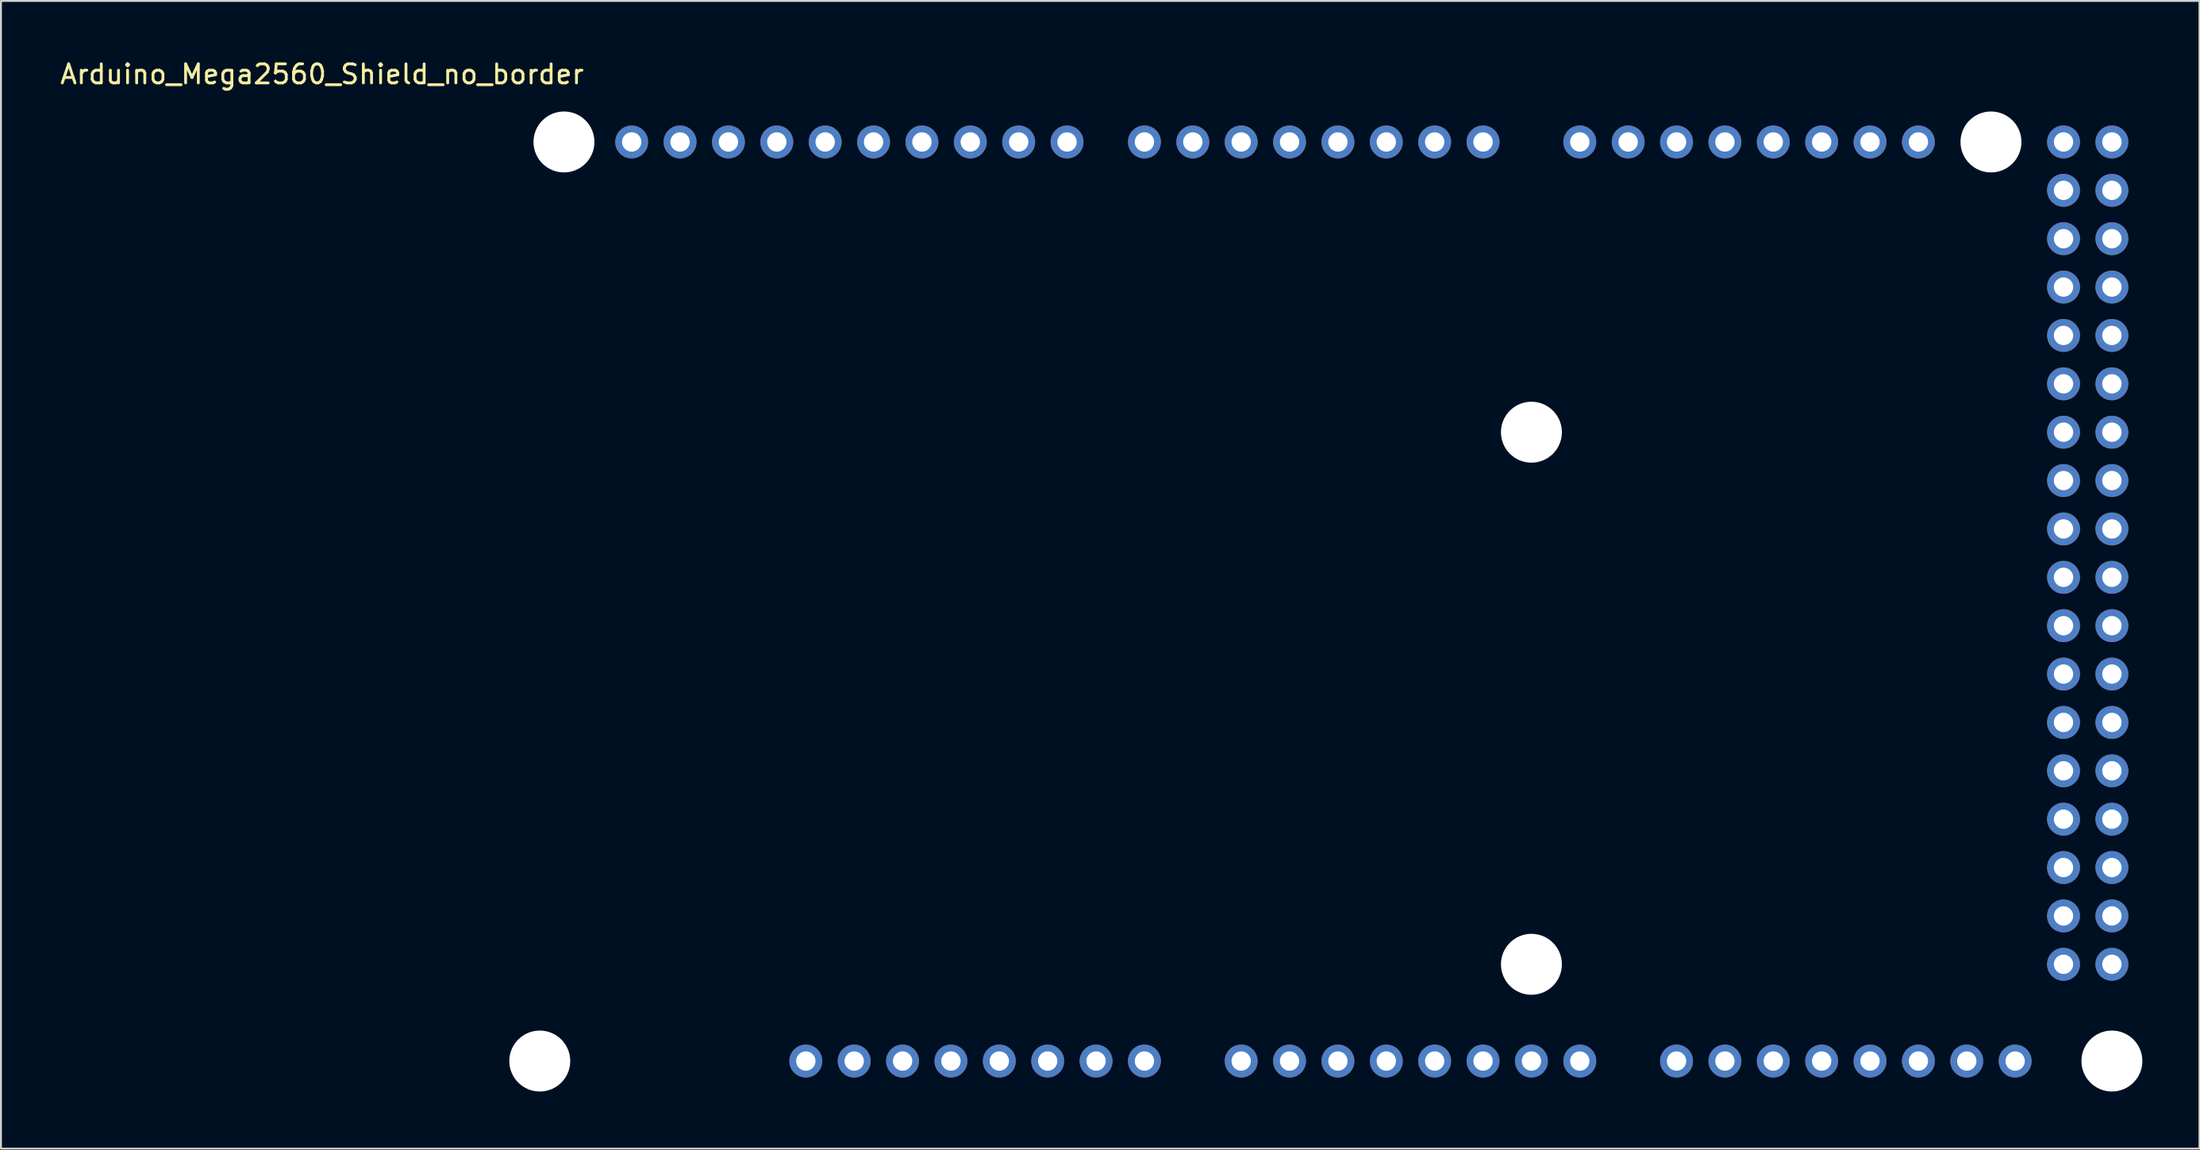
<source format=kicad_pcb>
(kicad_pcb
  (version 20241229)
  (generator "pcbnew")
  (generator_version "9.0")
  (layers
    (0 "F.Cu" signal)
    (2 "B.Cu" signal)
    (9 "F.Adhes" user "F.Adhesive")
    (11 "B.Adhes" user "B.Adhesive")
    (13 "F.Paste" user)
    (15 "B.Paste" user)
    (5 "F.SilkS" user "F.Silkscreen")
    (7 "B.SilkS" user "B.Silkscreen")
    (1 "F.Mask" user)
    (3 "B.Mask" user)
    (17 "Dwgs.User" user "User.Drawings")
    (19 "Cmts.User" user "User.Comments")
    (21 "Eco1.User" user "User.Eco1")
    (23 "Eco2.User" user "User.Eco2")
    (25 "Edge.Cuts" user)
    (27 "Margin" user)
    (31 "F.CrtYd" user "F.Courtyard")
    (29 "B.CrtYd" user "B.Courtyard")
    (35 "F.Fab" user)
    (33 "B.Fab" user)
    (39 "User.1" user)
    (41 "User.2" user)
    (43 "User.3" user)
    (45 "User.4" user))
  (footprint "Arduino_Mega2560_Shield_no_border"
    (layer "F.Cu")
    (at 11.323 1.864)
    (property "Reference" "Arduino_Mega2560_Shield_no_border" (at 2.54 -1.016 0) (layer "F.SilkS") (effects (font (size 1 1) (thickness 0.15))))
    (attr through_hole)
    (pad "" np_thru_hole circle (at 13.97 50.8) (size 3.2 3.2) (drill 3.2) (layers "*.Cu" "*.Mask"))
    (pad "" np_thru_hole circle (at 15.24 2.54) (size 3.2 3.2) (drill 3.2) (layers "*.Cu" "*.Mask"))
    (pad "" thru_hole oval (at 27.94 50.8) (size 1.727 1.727) (drill 1.016) (layers "*.Cu" "*.Mask"))
    (pad "" np_thru_hole circle (at 66.04 17.78) (size 3.2 3.2) (drill 3.2) (layers "*.Cu" "*.Mask"))
    (pad "" np_thru_hole circle (at 66.04 45.72) (size 3.2 3.2) (drill 3.2) (layers "*.Cu" "*.Mask"))
    (pad "" np_thru_hole circle (at 90.17 2.54) (size 3.2 3.2) (drill 3.2) (layers "*.Cu" "*.Mask"))
    (pad "" np_thru_hole circle (at 96.52 50.8) (size 3.2 3.2) (drill 3.2) (layers "*.Cu" "*.Mask"))
    (pad "3V3" thru_hole oval (at 35.56 50.8) (size 1.727 1.727) (drill 1.016) (layers "*.Cu" "*.Mask"))
    (pad "5V1" thru_hole oval (at 38.1 50.8) (size 1.727 1.727) (drill 1.016) (layers "*.Cu" "*.Mask"))
    (pad "5V3" thru_hole oval (at 93.98 2.54) (size 1.727 1.727) (drill 1.016) (layers "*.Cu" "*.Mask"))
    (pad "5V4" thru_hole oval (at 96.52 2.54) (size 1.727 1.727) (drill 1.016) (layers "*.Cu" "*.Mask"))
    (pad "A0" thru_hole oval (at 50.8 50.8) (size 1.727 1.727) (drill 1.016) (layers "*.Cu" "*.Mask"))
    (pad "A1" thru_hole oval (at 53.34 50.8) (size 1.727 1.727) (drill 1.016) (layers "*.Cu" "*.Mask"))
    (pad "A2" thru_hole oval (at 55.88 50.8) (size 1.727 1.727) (drill 1.016) (layers "*.Cu" "*.Mask"))
    (pad "A3" thru_hole oval (at 58.42 50.8) (size 1.727 1.727) (drill 1.016) (layers "*.Cu" "*.Mask"))
    (pad "A4" thru_hole oval (at 60.96 50.8) (size 1.727 1.727) (drill 1.016) (layers "*.Cu" "*.Mask"))
    (pad "A5" thru_hole oval (at 63.5 50.8) (size 1.727 1.727) (drill 1.016) (layers "*.Cu" "*.Mask"))
    (pad "A6" thru_hole oval (at 66.04 50.8) (size 1.727 1.727) (drill 1.016) (layers "*.Cu" "*.Mask"))
    (pad "A7" thru_hole oval (at 68.58 50.8) (size 1.727 1.727) (drill 1.016) (layers "*.Cu" "*.Mask"))
    (pad "A8" thru_hole oval (at 73.66 50.8) (size 1.727 1.727) (drill 1.016) (layers "*.Cu" "*.Mask"))
    (pad "A9" thru_hole oval (at 76.2 50.8) (size 1.727 1.727) (drill 1.016) (layers "*.Cu" "*.Mask"))
    (pad "A10" thru_hole oval (at 78.74 50.8) (size 1.727 1.727) (drill 1.016) (layers "*.Cu" "*.Mask"))
    (pad "A11" thru_hole oval (at 81.28 50.8) (size 1.727 1.727) (drill 1.016) (layers "*.Cu" "*.Mask"))
    (pad "A12" thru_hole oval (at 83.82 50.8) (size 1.727 1.727) (drill 1.016) (layers "*.Cu" "*.Mask"))
    (pad "A13" thru_hole oval (at 86.36 50.8) (size 1.727 1.727) (drill 1.016) (layers "*.Cu" "*.Mask"))
    (pad "A14" thru_hole oval (at 88.9 50.8) (size 1.727 1.727) (drill 1.016) (layers "*.Cu" "*.Mask"))
    (pad "A15" thru_hole oval (at 91.44 50.8) (size 1.727 1.727) (drill 1.016) (layers "*.Cu" "*.Mask"))
    (pad "AREF" thru_hole oval (at 23.876 2.54) (size 1.727 1.727) (drill 1.016) (layers "*.Cu" "*.Mask"))
    (pad "D0" thru_hole oval (at 63.5 2.54) (size 1.727 1.727) (drill 1.016) (layers "*.Cu" "*.Mask"))
    (pad "D1" thru_hole oval (at 60.96 2.54) (size 1.727 1.727) (drill 1.016) (layers "*.Cu" "*.Mask"))
    (pad "D2" thru_hole oval (at 58.42 2.54) (size 1.727 1.727) (drill 1.016) (layers "*.Cu" "*.Mask"))
    (pad "D3" thru_hole oval (at 55.88 2.54) (size 1.727 1.727) (drill 1.016) (layers "*.Cu" "*.Mask"))
    (pad "D4" thru_hole oval (at 53.34 2.54) (size 1.727 1.727) (drill 1.016) (layers "*.Cu" "*.Mask"))
    (pad "D5" thru_hole oval (at 50.8 2.54) (size 1.727 1.727) (drill 1.016) (layers "*.Cu" "*.Mask"))
    (pad "D6" thru_hole oval (at 48.26 2.54) (size 1.727 1.727) (drill 1.016) (layers "*.Cu" "*.Mask"))
    (pad "D7" thru_hole oval (at 45.72 2.54) (size 1.727 1.727) (drill 1.016) (layers "*.Cu" "*.Mask"))
    (pad "D8" thru_hole oval (at 41.656 2.54) (size 1.727 1.727) (drill 1.016) (layers "*.Cu" "*.Mask"))
    (pad "D9" thru_hole oval (at 39.116 2.54) (size 1.727 1.727) (drill 1.016) (layers "*.Cu" "*.Mask"))
    (pad "D10" thru_hole oval (at 36.576 2.54) (size 1.727 1.727) (drill 1.016) (layers "*.Cu" "*.Mask"))
    (pad "D11" thru_hole oval (at 34.036 2.54) (size 1.727 1.727) (drill 1.016) (layers "*.Cu" "*.Mask"))
    (pad "D12" thru_hole oval (at 31.496 2.54) (size 1.727 1.727) (drill 1.016) (layers "*.Cu" "*.Mask"))
    (pad "D13" thru_hole oval (at 28.956 2.54) (size 1.727 1.727) (drill 1.016) (layers "*.Cu" "*.Mask"))
    (pad "D14" thru_hole oval (at 68.58 2.54) (size 1.727 1.727) (drill 1.016) (layers "*.Cu" "*.Mask"))
    (pad "D15" thru_hole oval (at 71.12 2.54) (size 1.727 1.727) (drill 1.016) (layers "*.Cu" "*.Mask"))
    (pad "D16" thru_hole oval (at 73.66 2.54) (size 1.727 1.727) (drill 1.016) (layers "*.Cu" "*.Mask"))
    (pad "D17" thru_hole oval (at 76.2 2.54) (size 1.727 1.727) (drill 1.016) (layers "*.Cu" "*.Mask"))
    (pad "D18" thru_hole oval (at 78.74 2.54) (size 1.727 1.727) (drill 1.016) (layers "*.Cu" "*.Mask"))
    (pad "D19" thru_hole oval (at 81.28 2.54) (size 1.727 1.727) (drill 1.016) (layers "*.Cu" "*.Mask"))
    (pad "D20" thru_hole oval (at 83.82 2.54) (size 1.727 1.727) (drill 1.016) (layers "*.Cu" "*.Mask"))
    (pad "D21" thru_hole oval (at 86.36 2.54) (size 1.727 1.727) (drill 1.016) (layers "*.Cu" "*.Mask"))
    (pad "D22" thru_hole oval (at 93.98 5.08) (size 1.727 1.727) (drill 1.016) (layers "*.Cu" "*.Mask"))
    (pad "D23" thru_hole oval (at 96.52 5.08) (size 1.727 1.727) (drill 1.016) (layers "*.Cu" "*.Mask"))
    (pad "D24" thru_hole oval (at 93.98 7.62) (size 1.727 1.727) (drill 1.016) (layers "*.Cu" "*.Mask"))
    (pad "D25" thru_hole oval (at 96.52 7.62) (size 1.727 1.727) (drill 1.016) (layers "*.Cu" "*.Mask"))
    (pad "D26" thru_hole oval (at 93.98 10.16) (size 1.727 1.727) (drill 1.016) (layers "*.Cu" "*.Mask"))
    (pad "D27" thru_hole oval (at 96.52 10.16) (size 1.727 1.727) (drill 1.016) (layers "*.Cu" "*.Mask"))
    (pad "D28" thru_hole oval (at 93.98 12.7) (size 1.727 1.727) (drill 1.016) (layers "*.Cu" "*.Mask"))
    (pad "D29" thru_hole oval (at 96.52 12.7) (size 1.727 1.727) (drill 1.016) (layers "*.Cu" "*.Mask"))
    (pad "D30" thru_hole oval (at 93.98 15.24) (size 1.727 1.727) (drill 1.016) (layers "*.Cu" "*.Mask"))
    (pad "D31" thru_hole oval (at 96.52 15.24) (size 1.727 1.727) (drill 1.016) (layers "*.Cu" "*.Mask"))
    (pad "D32" thru_hole oval (at 93.98 17.78) (size 1.727 1.727) (drill 1.016) (layers "*.Cu" "*.Mask"))
    (pad "D33" thru_hole oval (at 96.52 17.78) (size 1.727 1.727) (drill 1.016) (layers "*.Cu" "*.Mask"))
    (pad "D34" thru_hole oval (at 93.98 20.32) (size 1.727 1.727) (drill 1.016) (layers "*.Cu" "*.Mask"))
    (pad "D35" thru_hole oval (at 96.52 20.32) (size 1.727 1.727) (drill 1.016) (layers "*.Cu" "*.Mask"))
    (pad "D36" thru_hole oval (at 93.98 22.86) (size 1.727 1.727) (drill 1.016) (layers "*.Cu" "*.Mask"))
    (pad "D37" thru_hole oval (at 96.52 22.86) (size 1.727 1.727) (drill 1.016) (layers "*.Cu" "*.Mask"))
    (pad "D38" thru_hole oval (at 93.98 25.4) (size 1.727 1.727) (drill 1.016) (layers "*.Cu" "*.Mask"))
    (pad "D39" thru_hole oval (at 96.52 25.4) (size 1.727 1.727) (drill 1.016) (layers "*.Cu" "*.Mask"))
    (pad "D40" thru_hole oval (at 93.98 27.94) (size 1.727 1.727) (drill 1.016) (layers "*.Cu" "*.Mask"))
    (pad "D41" thru_hole oval (at 96.52 27.94) (size 1.727 1.727) (drill 1.016) (layers "*.Cu" "*.Mask"))
    (pad "D42" thru_hole oval (at 93.98 30.48) (size 1.727 1.727) (drill 1.016) (layers "*.Cu" "*.Mask"))
    (pad "D43" thru_hole oval (at 96.52 30.48) (size 1.727 1.727) (drill 1.016) (layers "*.Cu" "*.Mask"))
    (pad "D44" thru_hole oval (at 93.98 33.02) (size 1.727 1.727) (drill 1.016) (layers "*.Cu" "*.Mask"))
    (pad "D45" thru_hole oval (at 96.52 33.02) (size 1.727 1.727) (drill 1.016) (layers "*.Cu" "*.Mask"))
    (pad "D46" thru_hole oval (at 93.98 35.56) (size 1.727 1.727) (drill 1.016) (layers "*.Cu" "*.Mask"))
    (pad "D47" thru_hole oval (at 96.52 35.56) (size 1.727 1.727) (drill 1.016) (layers "*.Cu" "*.Mask"))
    (pad "D48" thru_hole oval (at 93.98 38.1) (size 1.727 1.727) (drill 1.016) (layers "*.Cu" "*.Mask"))
    (pad "D49" thru_hole oval (at 96.52 38.1) (size 1.727 1.727) (drill 1.016) (layers "*.Cu" "*.Mask"))
    (pad "D50" thru_hole oval (at 93.98 40.64) (size 1.727 1.727) (drill 1.016) (layers "*.Cu" "*.Mask"))
    (pad "D51" thru_hole oval (at 96.52 40.64) (size 1.727 1.727) (drill 1.016) (layers "*.Cu" "*.Mask"))
    (pad "D52" thru_hole oval (at 93.98 43.18) (size 1.727 1.727) (drill 1.016) (layers "*.Cu" "*.Mask"))
    (pad "D53" thru_hole oval (at 96.52 43.18) (size 1.727 1.727) (drill 1.016) (layers "*.Cu" "*.Mask"))
    (pad "GND1" thru_hole oval (at 26.416 2.54) (size 1.727 1.727) (drill 1.016) (layers "*.Cu" "*.Mask"))
    (pad "GND2" thru_hole oval (at 40.64 50.8) (size 1.727 1.727) (drill 1.016) (layers "*.Cu" "*.Mask"))
    (pad "GND3" thru_hole oval (at 43.18 50.8) (size 1.727 1.727) (drill 1.016) (layers "*.Cu" "*.Mask"))
    (pad "GND5" thru_hole oval (at 93.98 45.72) (size 1.727 1.727) (drill 1.016) (layers "*.Cu" "*.Mask"))
    (pad "GND6" thru_hole oval (at 96.52 45.72) (size 1.727 1.727) (drill 1.016) (layers "*.Cu" "*.Mask"))
    (pad "IORF" thru_hole oval (at 30.48 50.8) (size 1.727 1.727) (drill 1.016) (layers "*.Cu" "*.Mask"))
    (pad "RST1" thru_hole oval (at 33.02 50.8) (size 1.727 1.727) (drill 1.016) (layers "*.Cu" "*.Mask"))
    (pad "SCL" thru_hole oval (at 18.796 2.54) (size 1.727 1.727) (drill 1.016) (layers "*.Cu" "*.Mask"))
    (pad "SDA" thru_hole oval (at 21.336 2.54) (size 1.727 1.727) (drill 1.016) (layers "*.Cu" "*.Mask"))
    (pad "VIN" thru_hole oval (at 45.72 50.8) (size 1.727 1.727) (drill 1.016) (layers "*.Cu" "*.Mask")))
  (gr_rect
    (start -3 -3)
    (end 112.443 57.264)
    (stroke (width 0.1) (type default))
    (fill no)
    (layer "Edge.Cuts")))
</source>
